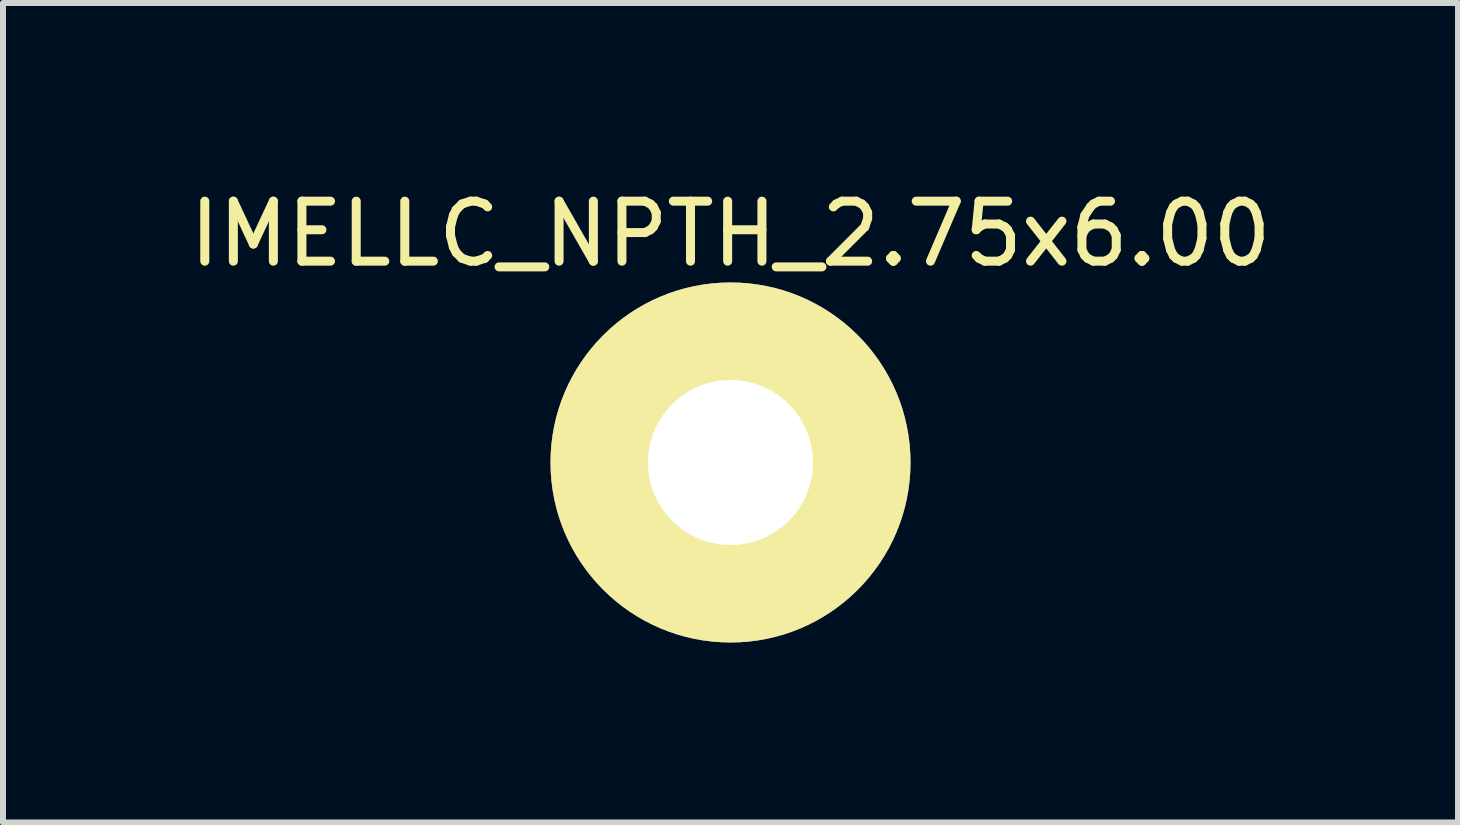
<source format=kicad_pcb>
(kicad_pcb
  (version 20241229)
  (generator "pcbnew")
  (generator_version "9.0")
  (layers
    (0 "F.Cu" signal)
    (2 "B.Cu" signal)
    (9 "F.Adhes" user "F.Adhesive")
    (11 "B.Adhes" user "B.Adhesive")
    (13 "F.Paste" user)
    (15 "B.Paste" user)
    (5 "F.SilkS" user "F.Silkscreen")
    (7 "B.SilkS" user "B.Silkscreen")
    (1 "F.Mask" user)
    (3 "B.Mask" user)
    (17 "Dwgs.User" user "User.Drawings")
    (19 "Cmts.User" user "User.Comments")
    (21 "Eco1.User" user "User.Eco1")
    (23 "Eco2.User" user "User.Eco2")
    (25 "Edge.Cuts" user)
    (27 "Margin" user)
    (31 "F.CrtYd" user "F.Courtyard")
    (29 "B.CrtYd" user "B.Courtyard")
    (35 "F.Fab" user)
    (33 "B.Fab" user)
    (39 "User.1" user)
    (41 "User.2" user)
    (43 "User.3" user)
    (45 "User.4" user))
  (footprint "IMELLC_NPTH_2.75x6.00"
    (layer "F.Cu")
    (at 9.125 4.658)
    (property "Reference" "IMELLC_NPTH_2.75x6.00" (at 0 -3.81 0) (layer "F.SilkS") (effects (font (size 1 1) (thickness 0.15))))
    (attr through_hole)
    (pad "" np_thru_hole circle (at 0 0) (size 6 6) (drill 2.75) (layers "*.Cu" "*.Mask" "F.SilkS")))
  (gr_rect
    (start -3 -3)
    (end 21.25 10.658)
    (stroke (width 0.1) (type default))
    (fill no)
    (layer "Edge.Cuts")))
</source>
